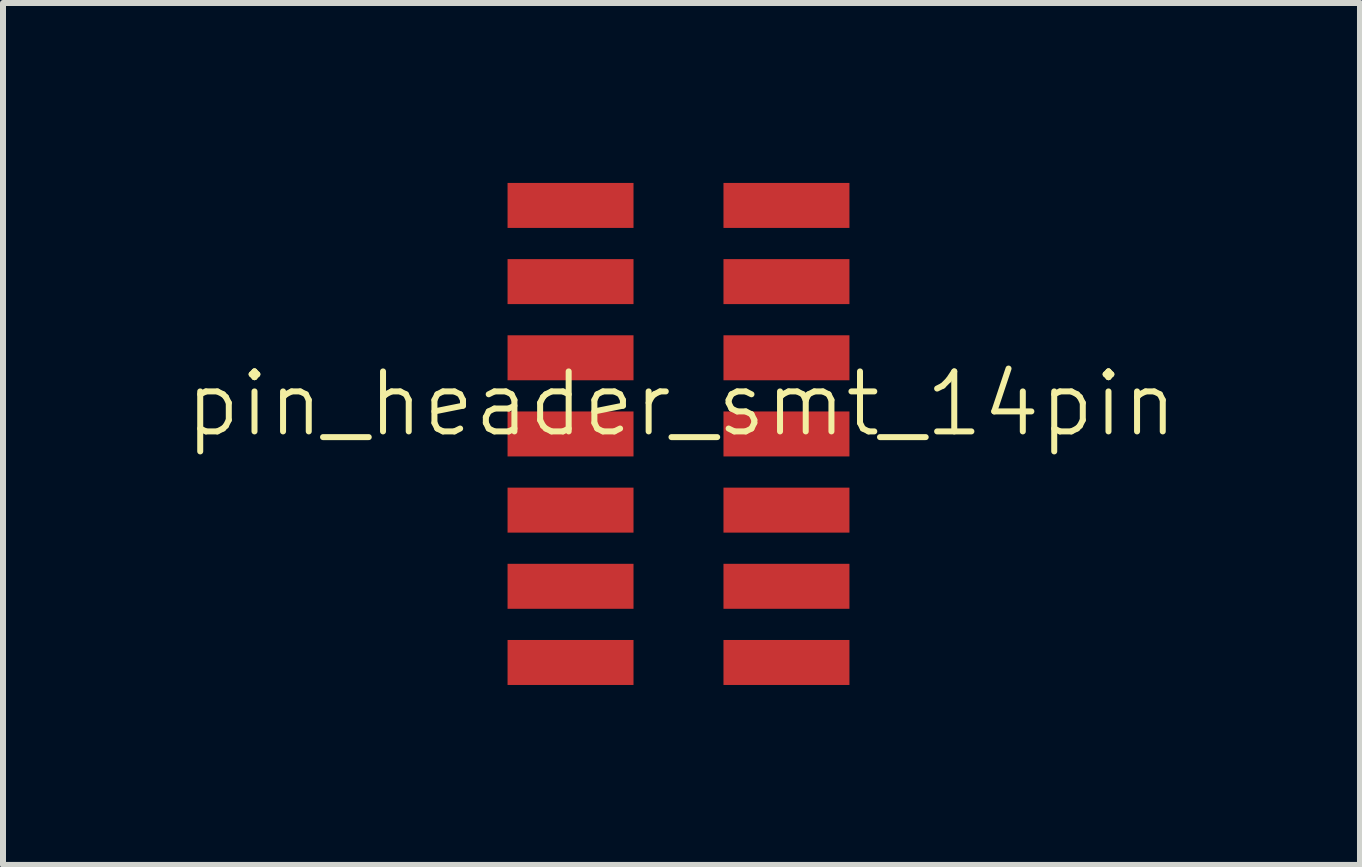
<source format=kicad_pcb>
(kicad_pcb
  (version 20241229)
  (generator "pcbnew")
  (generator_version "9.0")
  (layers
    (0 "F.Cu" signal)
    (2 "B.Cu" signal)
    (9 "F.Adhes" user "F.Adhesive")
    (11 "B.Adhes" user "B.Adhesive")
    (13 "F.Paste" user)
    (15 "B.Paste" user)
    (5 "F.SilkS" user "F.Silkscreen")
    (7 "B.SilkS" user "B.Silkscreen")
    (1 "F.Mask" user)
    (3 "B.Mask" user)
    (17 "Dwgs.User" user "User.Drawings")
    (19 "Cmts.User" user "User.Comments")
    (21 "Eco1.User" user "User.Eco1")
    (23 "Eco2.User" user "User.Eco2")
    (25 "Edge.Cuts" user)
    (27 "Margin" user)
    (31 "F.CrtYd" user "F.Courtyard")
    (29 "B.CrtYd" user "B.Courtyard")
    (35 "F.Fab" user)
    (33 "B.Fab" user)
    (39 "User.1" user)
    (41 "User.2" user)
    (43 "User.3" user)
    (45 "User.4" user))
  (footprint "pin_header_smt_14pin"
    (layer "F.Cu")
    (at 8.312 4.185)
    (property "Reference" "pin_header_smt_14pin" (at 0 -0.5 0) (unlocked yes) (layer "F.SilkS") (effects (font (size 1 1) (thickness 0.1))))
    (attr through_hole)
    (pad "1" smd rect (at 1.75 -3.81) (size 2.1 0.75) (layers "F.Cu" "F.Mask" "F.Paste"))
    (pad "2" smd rect (at -1.85 -3.81) (size 2.1 0.75) (layers "F.Cu" "F.Mask" "F.Paste"))
    (pad "3" smd rect (at 1.75 -2.54) (size 2.1 0.75) (layers "F.Cu" "F.Mask" "F.Paste"))
    (pad "4" smd rect (at -1.85 -2.54) (size 2.1 0.75) (layers "F.Cu" "F.Mask" "F.Paste"))
    (pad "5" smd rect (at 1.75 -1.27) (size 2.1 0.75) (layers "F.Cu" "F.Mask" "F.Paste"))
    (pad "6" smd rect (at -1.85 -1.27) (size 2.1 0.75) (layers "F.Cu" "F.Mask" "F.Paste"))
    (pad "7" smd rect (at 1.75 0) (size 2.1 0.75) (layers "F.Cu" "F.Mask" "F.Paste"))
    (pad "8" smd rect (at -1.85 0) (size 2.1 0.75) (layers "F.Cu" "F.Mask" "F.Paste"))
    (pad "9" smd rect (at 1.75 1.27) (size 2.1 0.75) (layers "F.Cu" "F.Mask" "F.Paste"))
    (pad "10" smd rect (at -1.85 1.27) (size 2.1 0.75) (layers "F.Cu" "F.Mask" "F.Paste"))
    (pad "11" smd rect (at 1.75 2.54) (size 2.1 0.75) (layers "F.Cu" "F.Mask" "F.Paste"))
    (pad "12" smd rect (at -1.85 2.54) (size 2.1 0.75) (layers "F.Cu" "F.Mask" "F.Paste"))
    (pad "13" smd rect (at 1.75 3.81) (size 2.1 0.75) (layers "F.Cu" "F.Mask" "F.Paste"))
    (pad "14" smd rect (at -1.85 3.81) (size 2.1 0.75) (layers "F.Cu" "F.Mask" "F.Paste")))
  (gr_rect
    (start -3 -3)
    (end 19.624 11.37)
    (stroke (width 0.1) (type default))
    (fill no)
    (layer "Edge.Cuts")))
</source>
